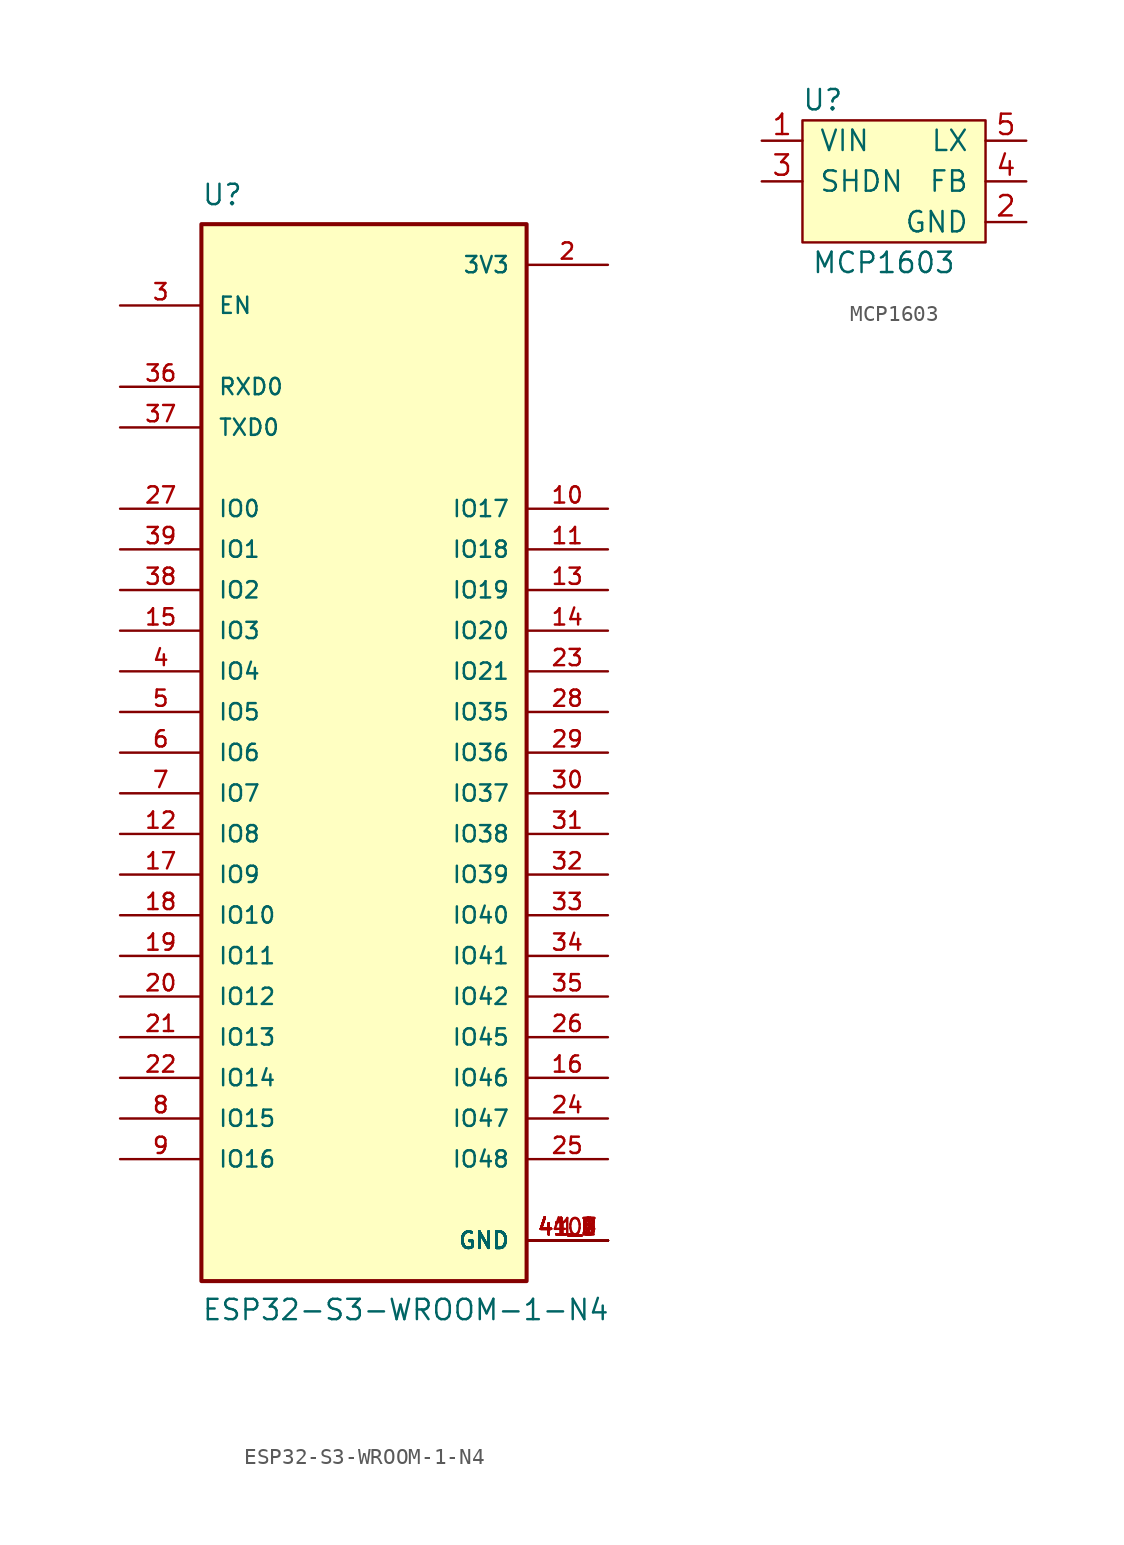
<source format=kicad_sym>
(kicad_symbol_lib
  (version 20220914)
  (generator kicad_symbol_editor)
  (symbol "ESP32-S3-WROOM-1-N4"
    (pin_names
      (offset 1.016))
    (property "Reference" "U"
      (at -10.16 34.112 0)
      (effects (font (size 1.27 1.27)) (justify left bottom)))
    (property "Value" "ESP32-S3-WROOM-1-N4"
      (at -10.16 -35.56 0)
      (effects (font (size 1.27 1.27)) (justify left bottom)))
    (symbol "ESP32-S3-WROOM-1-N4_0_0"
      (rectangle (start -10.16 -33.02) (end 10.16 33.02) (stroke (width 0.254) (type default)) (fill (type background)))
      (pin power_in line (at 15.24 -30.48 180) (length 5.08) (name "GND" (effects (font (size 1.016 1.016)))) (number "1" (effects (font (size 1.016 1.016)))))
      (pin bidirectional line (at 15.24 15.24 180) (length 5.08) (name "IO17" (effects (font (size 1.016 1.016)))) (number "10" (effects (font (size 1.016 1.016)))))
      (pin bidirectional line (at 15.24 12.7 180) (length 5.08) (name "IO18" (effects (font (size 1.016 1.016)))) (number "11" (effects (font (size 1.016 1.016)))))
      (pin bidirectional line (at -15.24 -5.08 0) (length 5.08) (name "IO8" (effects (font (size 1.016 1.016)))) (number "12" (effects (font (size 1.016 1.016)))))
      (pin bidirectional line (at 15.24 10.16 180) (length 5.08) (name "IO19" (effects (font (size 1.016 1.016)))) (number "13" (effects (font (size 1.016 1.016)))))
      (pin bidirectional line (at 15.24 7.62 180) (length 5.08) (name "IO20" (effects (font (size 1.016 1.016)))) (number "14" (effects (font (size 1.016 1.016)))))
      (pin bidirectional line (at -15.24 7.62 0) (length 5.08) (name "IO3" (effects (font (size 1.016 1.016)))) (number "15" (effects (font (size 1.016 1.016)))))
      (pin bidirectional line (at 15.24 -20.32 180) (length 5.08) (name "IO46" (effects (font (size 1.016 1.016)))) (number "16" (effects (font (size 1.016 1.016)))))
      (pin bidirectional line (at -15.24 -7.62 0) (length 5.08) (name "IO9" (effects (font (size 1.016 1.016)))) (number "17" (effects (font (size 1.016 1.016)))))
      (pin bidirectional line (at -15.24 -10.16 0) (length 5.08) (name "IO10" (effects (font (size 1.016 1.016)))) (number "18" (effects (font (size 1.016 1.016)))))
      (pin bidirectional line (at -15.24 -12.7 0) (length 5.08) (name "IO11" (effects (font (size 1.016 1.016)))) (number "19" (effects (font (size 1.016 1.016)))))
      (pin power_in line (at 15.24 30.48 180) (length 5.08) (name "3V3" (effects (font (size 1.016 1.016)))) (number "2" (effects (font (size 1.016 1.016)))))
      (pin bidirectional line (at -15.24 -15.24 0) (length 5.08) (name "IO12" (effects (font (size 1.016 1.016)))) (number "20" (effects (font (size 1.016 1.016)))))
      (pin bidirectional line (at -15.24 -17.78 0) (length 5.08) (name "IO13" (effects (font (size 1.016 1.016)))) (number "21" (effects (font (size 1.016 1.016)))))
      (pin bidirectional line (at -15.24 -20.32 0) (length 5.08) (name "IO14" (effects (font (size 1.016 1.016)))) (number "22" (effects (font (size 1.016 1.016)))))
      (pin bidirectional line (at 15.24 5.08 180) (length 5.08) (name "IO21" (effects (font (size 1.016 1.016)))) (number "23" (effects (font (size 1.016 1.016)))))
      (pin bidirectional line (at 15.24 -22.86 180) (length 5.08) (name "IO47" (effects (font (size 1.016 1.016)))) (number "24" (effects (font (size 1.016 1.016)))))
      (pin bidirectional line (at 15.24 -25.4 180) (length 5.08) (name "IO48" (effects (font (size 1.016 1.016)))) (number "25" (effects (font (size 1.016 1.016)))))
      (pin bidirectional line (at 15.24 -17.78 180) (length 5.08) (name "IO45" (effects (font (size 1.016 1.016)))) (number "26" (effects (font (size 1.016 1.016)))))
      (pin bidirectional line (at -15.24 15.24 0) (length 5.08) (name "IO0" (effects (font (size 1.016 1.016)))) (number "27" (effects (font (size 1.016 1.016)))))
      (pin bidirectional line (at 15.24 2.54 180) (length 5.08) (name "IO35" (effects (font (size 1.016 1.016)))) (number "28" (effects (font (size 1.016 1.016)))))
      (pin bidirectional line (at 15.24 0 180) (length 5.08) (name "IO36" (effects (font (size 1.016 1.016)))) (number "29" (effects (font (size 1.016 1.016)))))
      (pin input line (at -15.24 27.94 0) (length 5.08) (name "EN" (effects (font (size 1.016 1.016)))) (number "3" (effects (font (size 1.016 1.016)))))
      (pin bidirectional line (at 15.24 -2.54 180) (length 5.08) (name "IO37" (effects (font (size 1.016 1.016)))) (number "30" (effects (font (size 1.016 1.016)))))
      (pin bidirectional line (at 15.24 -5.08 180) (length 5.08) (name "IO38" (effects (font (size 1.016 1.016)))) (number "31" (effects (font (size 1.016 1.016)))))
      (pin bidirectional line (at 15.24 -7.62 180) (length 5.08) (name "IO39" (effects (font (size 1.016 1.016)))) (number "32" (effects (font (size 1.016 1.016)))))
      (pin bidirectional line (at 15.24 -10.16 180) (length 5.08) (name "IO40" (effects (font (size 1.016 1.016)))) (number "33" (effects (font (size 1.016 1.016)))))
      (pin bidirectional line (at 15.24 -12.7 180) (length 5.08) (name "IO41" (effects (font (size 1.016 1.016)))) (number "34" (effects (font (size 1.016 1.016)))))
      (pin bidirectional line (at 15.24 -15.24 180) (length 5.08) (name "IO42" (effects (font (size 1.016 1.016)))) (number "35" (effects (font (size 1.016 1.016)))))
      (pin bidirectional line (at -15.24 22.86 0) (length 5.08) (name "RXD0" (effects (font (size 1.016 1.016)))) (number "36" (effects (font (size 1.016 1.016)))))
      (pin bidirectional line (at -15.24 20.32 0) (length 5.08) (name "TXD0" (effects (font (size 1.016 1.016)))) (number "37" (effects (font (size 1.016 1.016)))))
      (pin bidirectional line (at -15.24 10.16 0) (length 5.08) (name "IO2" (effects (font (size 1.016 1.016)))) (number "38" (effects (font (size 1.016 1.016)))))
      (pin bidirectional line (at -15.24 12.7 0) (length 5.08) (name "IO1" (effects (font (size 1.016 1.016)))) (number "39" (effects (font (size 1.016 1.016)))))
      (pin bidirectional line (at -15.24 5.08 0) (length 5.08) (name "IO4" (effects (font (size 1.016 1.016)))) (number "4" (effects (font (size 1.016 1.016)))))
      (pin power_in line (at 15.24 -30.48 180) (length 5.08) (name "GND" (effects (font (size 1.016 1.016)))) (number "40" (effects (font (size 1.016 1.016)))))
      (pin power_in line (at 15.24 -30.48 180) (length 5.08) (name "GND" (effects (font (size 1.016 1.016)))) (number "41_1" (effects (font (size 1.016 1.016)))))
      (pin power_in line (at 15.24 -30.48 180) (length 5.08) (name "GND" (effects (font (size 1.016 1.016)))) (number "41_2" (effects (font (size 1.016 1.016)))))
      (pin power_in line (at 15.24 -30.48 180) (length 5.08) (name "GND" (effects (font (size 1.016 1.016)))) (number "41_3" (effects (font (size 1.016 1.016)))))
      (pin power_in line (at 15.24 -30.48 180) (length 5.08) (name "GND" (effects (font (size 1.016 1.016)))) (number "41_4" (effects (font (size 1.016 1.016)))))
      (pin power_in line (at 15.24 -30.48 180) (length 5.08) (name "GND" (effects (font (size 1.016 1.016)))) (number "41_5" (effects (font (size 1.016 1.016)))))
      (pin power_in line (at 15.24 -30.48 180) (length 5.08) (name "GND" (effects (font (size 1.016 1.016)))) (number "41_6" (effects (font (size 1.016 1.016)))))
      (pin power_in line (at 15.24 -30.48 180) (length 5.08) (name "GND" (effects (font (size 1.016 1.016)))) (number "41_7" (effects (font (size 1.016 1.016)))))
      (pin power_in line (at 15.24 -30.48 180) (length 5.08) (name "GND" (effects (font (size 1.016 1.016)))) (number "41_8" (effects (font (size 1.016 1.016)))))
      (pin power_in line (at 15.24 -30.48 180) (length 5.08) (name "GND" (effects (font (size 1.016 1.016)))) (number "41_9" (effects (font (size 1.016 1.016)))))
      (pin bidirectional line (at -15.24 2.54 0) (length 5.08) (name "IO5" (effects (font (size 1.016 1.016)))) (number "5" (effects (font (size 1.016 1.016)))))
      (pin bidirectional line (at -15.24 0 0) (length 5.08) (name "IO6" (effects (font (size 1.016 1.016)))) (number "6" (effects (font (size 1.016 1.016)))))
      (pin bidirectional line (at -15.24 -2.54 0) (length 5.08) (name "IO7" (effects (font (size 1.016 1.016)))) (number "7" (effects (font (size 1.016 1.016)))))
      (pin bidirectional line (at -15.24 -22.86 0) (length 5.08) (name "IO15" (effects (font (size 1.016 1.016)))) (number "8" (effects (font (size 1.016 1.016)))))
      (pin bidirectional line (at -15.24 -25.4 0) (length 5.08) (name "IO16" (effects (font (size 1.016 1.016)))) (number "9" (effects (font (size 1.016 1.016)))))))
  (symbol "MCP1603"
    (pin_names
      (offset 1.016))
    (property "Reference" "U"
      (at 1.27 8.89 0)
      (effects (font (size 1.27 1.27))))
    (property "Value" "MCP1603"
      (at 5.08 -1.27 0)
      (effects (font (size 1.27 1.27))))
    (symbol "MCP1603_0_1"
      (rectangle (start 0 0) (end 11.43 7.62) (stroke (width 0) (type solid)) (fill (type background))))
    (symbol "MCP1603_1_1"
      (pin input line (at -2.54 6.35 0) (length 2.54) (name "VIN" (effects (font (size 1.27 1.27)))) (number "1" (effects (font (size 1.27 1.27)))))
      (pin input line (at 13.97 1.27 180) (length 2.54) (name "GND" (effects (font (size 1.27 1.27)))) (number "2" (effects (font (size 1.27 1.27)))))
      (pin input line (at -2.54 3.81 0) (length 2.54) (name "SHDN" (effects (font (size 1.27 1.27)))) (number "3" (effects (font (size 1.27 1.27)))))
      (pin input line (at 13.97 3.81 180) (length 2.54) (name "FB" (effects (font (size 1.27 1.27)))) (number "4" (effects (font (size 1.27 1.27)))))
      (pin input line (at 13.97 6.35 180) (length 2.54) (name "LX" (effects (font (size 1.27 1.27)))) (number "5" (effects (font (size 1.27 1.27))))))))
</source>
